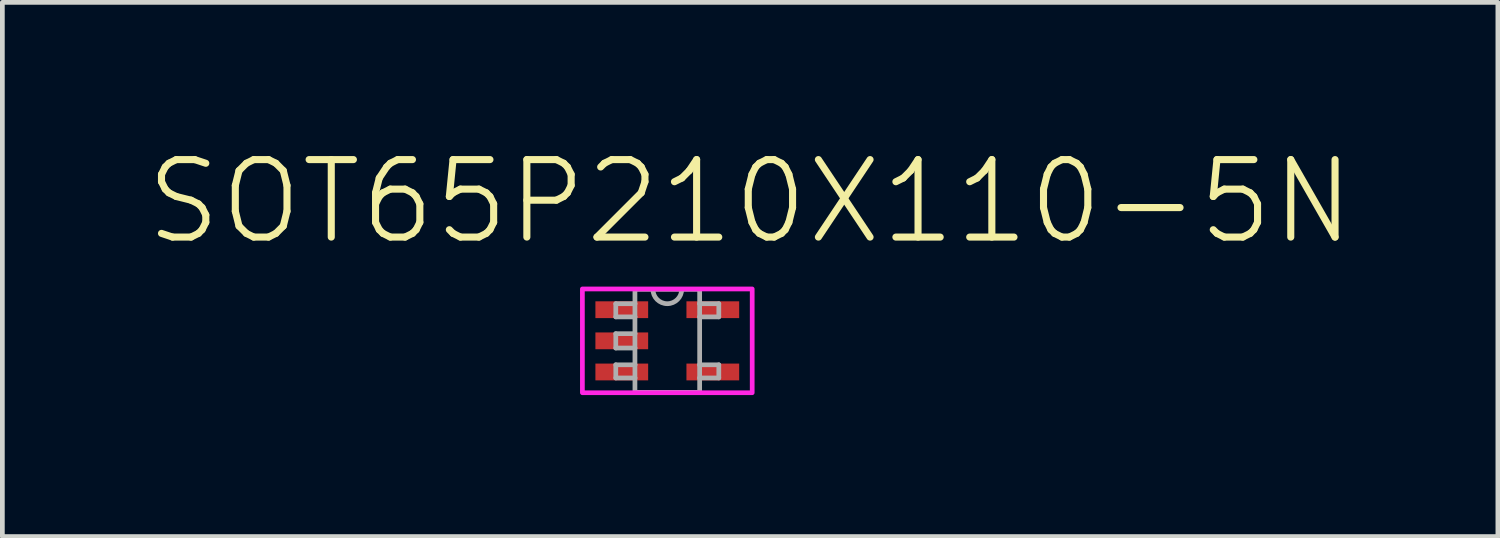
<source format=kicad_pcb>
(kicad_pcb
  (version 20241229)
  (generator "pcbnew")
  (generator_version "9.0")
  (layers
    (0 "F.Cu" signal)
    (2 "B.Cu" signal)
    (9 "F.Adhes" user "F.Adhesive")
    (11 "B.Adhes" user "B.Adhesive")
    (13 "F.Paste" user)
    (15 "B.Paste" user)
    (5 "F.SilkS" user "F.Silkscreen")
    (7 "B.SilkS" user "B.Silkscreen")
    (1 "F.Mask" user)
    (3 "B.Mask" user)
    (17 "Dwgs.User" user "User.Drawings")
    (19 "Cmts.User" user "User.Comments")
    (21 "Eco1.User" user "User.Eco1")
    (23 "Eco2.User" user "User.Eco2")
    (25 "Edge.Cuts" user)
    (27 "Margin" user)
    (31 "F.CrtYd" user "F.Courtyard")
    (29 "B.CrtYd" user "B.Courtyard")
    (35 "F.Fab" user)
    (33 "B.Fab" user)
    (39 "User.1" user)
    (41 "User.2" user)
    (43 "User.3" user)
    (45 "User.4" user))
  (footprint "SOT65P210X110-5N"
    (layer "F.Cu")
    (at 11.097 4.176)
    (property "Reference" "SOT65P210X110-5N" (at 1.756 -2.952 0) (layer "F.SilkS") (effects (font (size 1.643 1.643) (thickness 0.15))))
    (attr smd)
    (fp_rect (start -1.8 -1.1) (end 1.8 1.1) (stroke (width 0.1) (type solid)) (fill no) (layer "F.CrtYd"))
    (fp_line (start -1.092 -0.787) (end -1.092 -0.508) (stroke (width 0.1) (type solid)) (layer "F.Fab"))
    (fp_line (start -1.092 -0.508) (end -0.686 -0.508) (stroke (width 0.1) (type solid)) (layer "F.Fab"))
    (fp_line (start -1.092 -0.152) (end -1.092 0.152) (stroke (width 0.1) (type solid)) (layer "F.Fab"))
    (fp_line (start -1.092 0.152) (end -0.686 0.152) (stroke (width 0.1) (type solid)) (layer "F.Fab"))
    (fp_line (start -1.092 0.508) (end -1.092 0.787) (stroke (width 0.1) (type solid)) (layer "F.Fab"))
    (fp_line (start -1.092 0.787) (end -0.686 0.787) (stroke (width 0.1) (type solid)) (layer "F.Fab"))
    (fp_line (start -0.686 -1.092) (end -0.686 -0.787) (stroke (width 0.1) (type solid)) (layer "F.Fab"))
    (fp_line (start -0.686 -0.787) (end -1.092 -0.787) (stroke (width 0.1) (type solid)) (layer "F.Fab"))
    (fp_line (start -0.686 -0.787) (end -0.686 -0.508) (stroke (width 0.1) (type solid)) (layer "F.Fab"))
    (fp_line (start -0.686 -0.508) (end -0.686 -0.152) (stroke (width 0.1) (type solid)) (layer "F.Fab"))
    (fp_line (start -0.686 -0.152) (end -1.092 -0.152) (stroke (width 0.1) (type solid)) (layer "F.Fab"))
    (fp_line (start -0.686 -0.152) (end -0.686 0.152) (stroke (width 0.1) (type solid)) (layer "F.Fab"))
    (fp_line (start -0.686 0.152) (end -0.686 0.508) (stroke (width 0.1) (type solid)) (layer "F.Fab"))
    (fp_line (start -0.686 0.508) (end -1.092 0.508) (stroke (width 0.1) (type solid)) (layer "F.Fab"))
    (fp_line (start -0.686 0.508) (end -0.686 0.787) (stroke (width 0.1) (type solid)) (layer "F.Fab"))
    (fp_line (start -0.686 0.787) (end -0.686 1.092) (stroke (width 0.1) (type solid)) (layer "F.Fab"))
    (fp_line (start -0.686 1.092) (end 0.686 1.092) (stroke (width 0.1) (type solid)) (layer "F.Fab"))
    (fp_line (start -0.305 -1.092) (end -0.686 -1.092) (stroke (width 0.1) (type solid)) (layer "F.Fab"))
    (fp_line (start 0.305 -1.092) (end -0.305 -1.092) (stroke (width 0.1) (type solid)) (layer "F.Fab"))
    (fp_line (start 0.686 -1.092) (end 0.305 -1.092) (stroke (width 0.1) (type solid)) (layer "F.Fab"))
    (fp_line (start 0.686 -0.787) (end 0.686 -1.092) (stroke (width 0.1) (type solid)) (layer "F.Fab"))
    (fp_line (start 0.686 -0.508) (end 0.686 -0.787) (stroke (width 0.1) (type solid)) (layer "F.Fab"))
    (fp_line (start 0.686 -0.508) (end 1.092 -0.508) (stroke (width 0.1) (type solid)) (layer "F.Fab"))
    (fp_line (start 0.686 0.508) (end 0.686 -0.508) (stroke (width 0.1) (type solid)) (layer "F.Fab"))
    (fp_line (start 0.686 0.787) (end 0.686 0.508) (stroke (width 0.1) (type solid)) (layer "F.Fab"))
    (fp_line (start 0.686 0.787) (end 1.092 0.787) (stroke (width 0.1) (type solid)) (layer "F.Fab"))
    (fp_line (start 0.686 1.092) (end 0.686 0.787) (stroke (width 0.1) (type solid)) (layer "F.Fab"))
    (fp_line (start 1.092 -0.787) (end 0.686 -0.787) (stroke (width 0.1) (type solid)) (layer "F.Fab"))
    (fp_line (start 1.092 -0.508) (end 1.092 -0.787) (stroke (width 0.1) (type solid)) (layer "F.Fab"))
    (fp_line (start 1.092 0.508) (end 0.686 0.508) (stroke (width 0.1) (type solid)) (layer "F.Fab"))
    (fp_line (start 1.092 0.787) (end 1.092 0.508) (stroke (width 0.1) (type solid)) (layer "F.Fab"))
    (fp_arc (start 0.3048 -1.0922) (mid 0 -0.7874) (end -0.3048 -1.0922) (stroke (width 0.1) (type solid)) (layer "F.Fab"))
    (pad "1" smd rect (at -0.965 -0.66) (size 1.118 0.356) (layers "F.Cu" "F.Mask" "F.Paste"))
    (pad "2" smd rect (at -0.965 0) (size 1.118 0.356) (layers "F.Cu" "F.Mask" "F.Paste"))
    (pad "3" smd rect (at -0.965 0.66) (size 1.118 0.356) (layers "F.Cu" "F.Mask" "F.Paste"))
    (pad "4" smd rect (at 0.965 0.66) (size 1.118 0.356) (layers "F.Cu" "F.Mask" "F.Paste"))
    (pad "5" smd rect (at 0.965 -0.66) (size 1.118 0.356) (layers "F.Cu" "F.Mask" "F.Paste")))
  (gr_rect
    (start -3 -3)
    (end 28.706 8.326)
    (stroke (width 0.1) (type default))
    (fill no)
    (layer "Edge.Cuts")))
</source>
